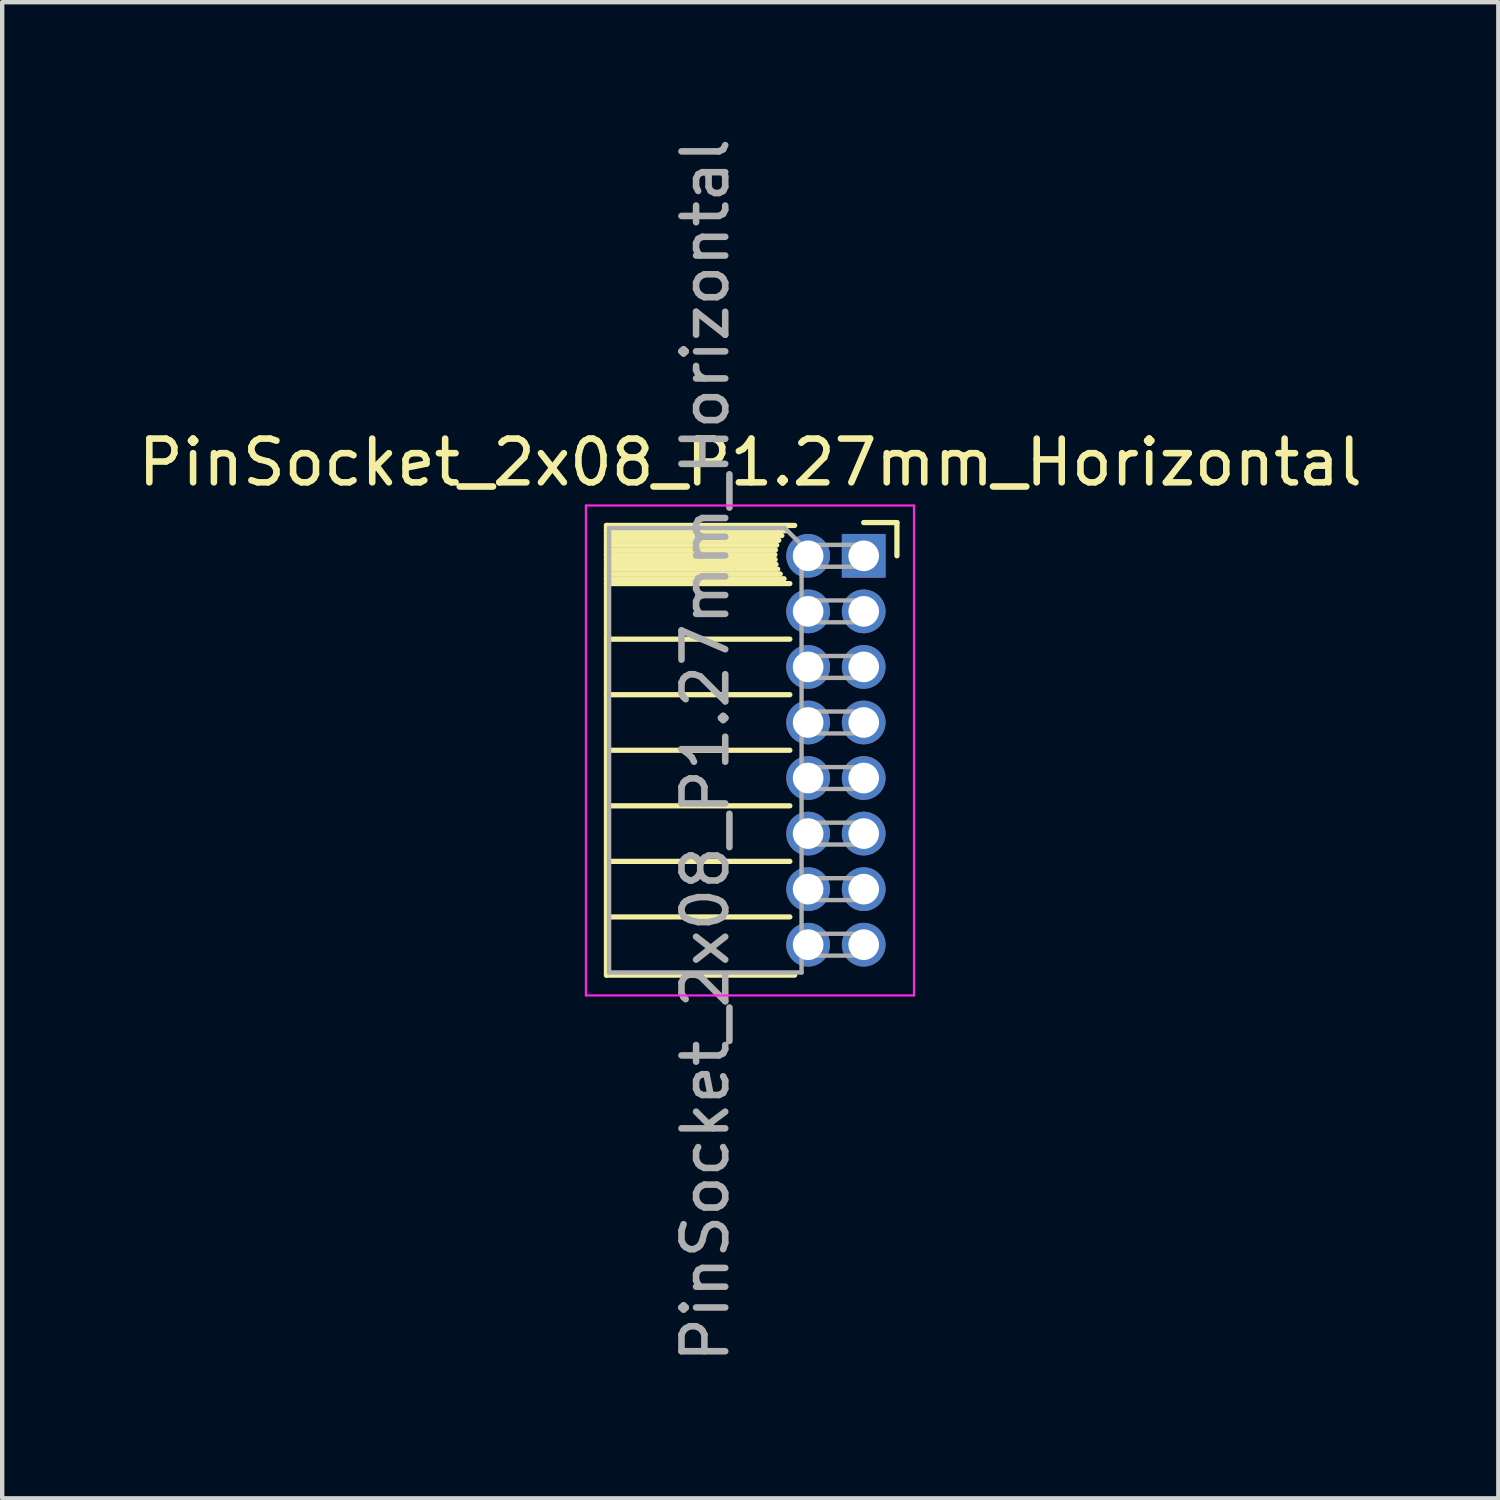
<source format=kicad_pcb>
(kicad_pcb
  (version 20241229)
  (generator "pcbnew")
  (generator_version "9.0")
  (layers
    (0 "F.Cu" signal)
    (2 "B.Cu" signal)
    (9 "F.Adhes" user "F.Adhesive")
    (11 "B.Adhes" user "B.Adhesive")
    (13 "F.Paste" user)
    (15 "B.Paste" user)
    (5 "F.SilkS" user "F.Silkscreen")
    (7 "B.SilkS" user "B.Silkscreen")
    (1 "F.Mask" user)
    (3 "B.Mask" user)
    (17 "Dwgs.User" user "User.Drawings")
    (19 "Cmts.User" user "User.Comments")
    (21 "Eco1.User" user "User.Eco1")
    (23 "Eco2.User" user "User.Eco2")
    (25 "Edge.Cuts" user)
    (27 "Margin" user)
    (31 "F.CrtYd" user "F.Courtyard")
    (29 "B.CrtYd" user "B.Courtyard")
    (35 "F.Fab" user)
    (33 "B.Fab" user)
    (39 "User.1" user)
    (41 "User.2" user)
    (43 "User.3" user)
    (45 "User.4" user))
  (footprint "PinSocket_2x08_P1.27mm_Horizontal"
    (layer "F.Cu")
    (at 16.694 9.656)
    (property "Reference" "PinSocket_2x08_P1.27mm_Horizontal" (at -2.592 -2.135 0) (layer "F.SilkS") (effects (font (size 1 1) (thickness 0.15))))
    (attr through_hole)
    (fp_line (start -5.88 -0.695) (end -5.88 9.585) (stroke (width 0.12) (type solid)) (layer "F.SilkS"))
    (fp_line (start -5.88 -0.695) (end -1.578 -0.695) (stroke (width 0.12) (type solid)) (layer "F.SilkS"))
    (fp_line (start -5.88 -0.575) (end -1.767 -0.575) (stroke (width 0.12) (type solid)) (layer "F.SilkS"))
    (fp_line (start -5.88 -0.465) (end -1.871 -0.465) (stroke (width 0.12) (type solid)) (layer "F.SilkS"))
    (fp_line (start -5.88 -0.355) (end -1.942 -0.355) (stroke (width 0.12) (type solid)) (layer "F.SilkS"))
    (fp_line (start -5.88 -0.245) (end -1.989 -0.245) (stroke (width 0.12) (type solid)) (layer "F.SilkS"))
    (fp_line (start -5.88 -0.135) (end -2.018 -0.135) (stroke (width 0.12) (type solid)) (layer "F.SilkS"))
    (fp_line (start -5.88 -0.025) (end -2.03 -0.025) (stroke (width 0.12) (type solid)) (layer "F.SilkS"))
    (fp_line (start -5.88 0.085) (end -2.025 0.085) (stroke (width 0.12) (type solid)) (layer "F.SilkS"))
    (fp_line (start -5.88 0.195) (end -2.005 0.195) (stroke (width 0.12) (type solid)) (layer "F.SilkS"))
    (fp_line (start -5.88 0.305) (end -1.966 0.305) (stroke (width 0.12) (type solid)) (layer "F.SilkS"))
    (fp_line (start -5.88 0.415) (end -1.907 0.415) (stroke (width 0.12) (type solid)) (layer "F.SilkS"))
    (fp_line (start -5.88 0.525) (end -1.82 0.525) (stroke (width 0.12) (type solid)) (layer "F.SilkS"))
    (fp_line (start -5.88 0.635) (end -1.688 0.635) (stroke (width 0.12) (type solid)) (layer "F.SilkS"))
    (fp_line (start -5.88 1.905) (end -1.688 1.905) (stroke (width 0.12) (type solid)) (layer "F.SilkS"))
    (fp_line (start -5.88 3.175) (end -1.688 3.175) (stroke (width 0.12) (type solid)) (layer "F.SilkS"))
    (fp_line (start -5.88 4.445) (end -1.688 4.445) (stroke (width 0.12) (type solid)) (layer "F.SilkS"))
    (fp_line (start -5.88 5.715) (end -1.688 5.715) (stroke (width 0.12) (type solid)) (layer "F.SilkS"))
    (fp_line (start -5.88 6.985) (end -1.688 6.985) (stroke (width 0.12) (type solid)) (layer "F.SilkS"))
    (fp_line (start -5.88 8.255) (end -1.688 8.255) (stroke (width 0.12) (type solid)) (layer "F.SilkS"))
    (fp_line (start -5.88 9.585) (end -1.578 9.585) (stroke (width 0.12) (type solid)) (layer "F.SilkS"))
    (fp_line (start 0 -0.76) (end 0.76 -0.76) (stroke (width 0.12) (type solid)) (layer "F.SilkS"))
    (fp_line (start 0.76 -0.76) (end 0.76 0) (stroke (width 0.12) (type solid)) (layer "F.SilkS"))
    (fp_line (start -6.35 -1.15) (end -6.35 10.05) (stroke (width 0.05) (type solid)) (layer "F.CrtYd"))
    (fp_line (start -6.35 10.05) (end 1.15 10.05) (stroke (width 0.05) (type solid)) (layer "F.CrtYd"))
    (fp_line (start 1.15 -1.15) (end -6.35 -1.15) (stroke (width 0.05) (type solid)) (layer "F.CrtYd"))
    (fp_line (start 1.15 10.05) (end 1.15 -1.15) (stroke (width 0.05) (type solid)) (layer "F.CrtYd"))
    (fp_line (start -5.82 -0.635) (end -1.805 -0.635) (stroke (width 0.1) (type solid)) (layer "F.Fab"))
    (fp_line (start -5.82 9.525) (end -5.82 -0.635) (stroke (width 0.1) (type solid)) (layer "F.Fab"))
    (fp_line (start -1.805 -0.635) (end -1.42 -0.25) (stroke (width 0.1) (type solid)) (layer "F.Fab"))
    (fp_line (start -1.42 -0.25) (end -1.42 9.525) (stroke (width 0.1) (type solid)) (layer "F.Fab"))
    (fp_line (start -1.42 0.25) (end 0 0.25) (stroke (width 0.1) (type solid)) (layer "F.Fab"))
    (fp_line (start -1.42 1.52) (end 0 1.52) (stroke (width 0.1) (type solid)) (layer "F.Fab"))
    (fp_line (start -1.42 2.79) (end 0 2.79) (stroke (width 0.1) (type solid)) (layer "F.Fab"))
    (fp_line (start -1.42 4.06) (end 0 4.06) (stroke (width 0.1) (type solid)) (layer "F.Fab"))
    (fp_line (start -1.42 5.33) (end 0 5.33) (stroke (width 0.1) (type solid)) (layer "F.Fab"))
    (fp_line (start -1.42 6.6) (end 0 6.6) (stroke (width 0.1) (type solid)) (layer "F.Fab"))
    (fp_line (start -1.42 7.87) (end 0 7.87) (stroke (width 0.1) (type solid)) (layer "F.Fab"))
    (fp_line (start -1.42 9.14) (end 0 9.14) (stroke (width 0.1) (type solid)) (layer "F.Fab"))
    (fp_line (start -1.42 9.525) (end -5.82 9.525) (stroke (width 0.1) (type solid)) (layer "F.Fab"))
    (fp_line (start 0 -0.25) (end -1.42 -0.25) (stroke (width 0.1) (type solid)) (layer "F.Fab"))
    (fp_line (start 0 0.25) (end 0 -0.25) (stroke (width 0.1) (type solid)) (layer "F.Fab"))
    (fp_line (start 0 1.02) (end -1.42 1.02) (stroke (width 0.1) (type solid)) (layer "F.Fab"))
    (fp_line (start 0 1.52) (end 0 1.02) (stroke (width 0.1) (type solid)) (layer "F.Fab"))
    (fp_line (start 0 2.29) (end -1.42 2.29) (stroke (width 0.1) (type solid)) (layer "F.Fab"))
    (fp_line (start 0 2.79) (end 0 2.29) (stroke (width 0.1) (type solid)) (layer "F.Fab"))
    (fp_line (start 0 3.56) (end -1.42 3.56) (stroke (width 0.1) (type solid)) (layer "F.Fab"))
    (fp_line (start 0 4.06) (end 0 3.56) (stroke (width 0.1) (type solid)) (layer "F.Fab"))
    (fp_line (start 0 4.83) (end -1.42 4.83) (stroke (width 0.1) (type solid)) (layer "F.Fab"))
    (fp_line (start 0 5.33) (end 0 4.83) (stroke (width 0.1) (type solid)) (layer "F.Fab"))
    (fp_line (start 0 6.1) (end -1.42 6.1) (stroke (width 0.1) (type solid)) (layer "F.Fab"))
    (fp_line (start 0 6.6) (end 0 6.1) (stroke (width 0.1) (type solid)) (layer "F.Fab"))
    (fp_line (start 0 7.37) (end -1.42 7.37) (stroke (width 0.1) (type solid)) (layer "F.Fab"))
    (fp_line (start 0 7.87) (end 0 7.37) (stroke (width 0.1) (type solid)) (layer "F.Fab"))
    (fp_line (start 0 8.64) (end -1.42 8.64) (stroke (width 0.1) (type solid)) (layer "F.Fab"))
    (fp_line (start 0 9.14) (end 0 8.64) (stroke (width 0.1) (type solid)) (layer "F.Fab"))
    (fp_text user "${REFERENCE}" (at -3.62 4.445 90) (layer "F.Fab") (effects (font (size 1 1) (thickness 0.15))))
    (pad "1" thru_hole rect (at 0 0) (size 1 1) (drill 0.7) (layers "*.Cu" "*.Mask"))
    (pad "2" thru_hole oval (at -1.27 0) (size 1 1) (drill 0.7) (layers "*.Cu" "*.Mask"))
    (pad "3" thru_hole oval (at 0 1.27) (size 1 1) (drill 0.7) (layers "*.Cu" "*.Mask"))
    (pad "4" thru_hole oval (at -1.27 1.27) (size 1 1) (drill 0.7) (layers "*.Cu" "*.Mask"))
    (pad "5" thru_hole oval (at 0 2.54) (size 1 1) (drill 0.7) (layers "*.Cu" "*.Mask"))
    (pad "6" thru_hole oval (at -1.27 2.54) (size 1 1) (drill 0.7) (layers "*.Cu" "*.Mask"))
    (pad "7" thru_hole oval (at 0 3.81) (size 1 1) (drill 0.7) (layers "*.Cu" "*.Mask"))
    (pad "8" thru_hole oval (at -1.27 3.81) (size 1 1) (drill 0.7) (layers "*.Cu" "*.Mask"))
    (pad "9" thru_hole oval (at 0 5.08) (size 1 1) (drill 0.7) (layers "*.Cu" "*.Mask"))
    (pad "10" thru_hole oval (at -1.27 5.08) (size 1 1) (drill 0.7) (layers "*.Cu" "*.Mask"))
    (pad "11" thru_hole oval (at 0 6.35) (size 1 1) (drill 0.7) (layers "*.Cu" "*.Mask"))
    (pad "12" thru_hole oval (at -1.27 6.35) (size 1 1) (drill 0.7) (layers "*.Cu" "*.Mask"))
    (pad "13" thru_hole oval (at 0 7.62) (size 1 1) (drill 0.7) (layers "*.Cu" "*.Mask"))
    (pad "14" thru_hole oval (at -1.27 7.62) (size 1 1) (drill 0.7) (layers "*.Cu" "*.Mask"))
    (pad "15" thru_hole oval (at 0 8.89) (size 1 1) (drill 0.7) (layers "*.Cu" "*.Mask"))
    (pad "16" thru_hole oval (at -1.27 8.89) (size 1 1) (drill 0.7) (layers "*.Cu" "*.Mask")))
  (gr_rect
    (start -3 -3)
    (end 31.202 31.202)
    (stroke (width 0.1) (type default))
    (fill no)
    (layer "Edge.Cuts")))
</source>
